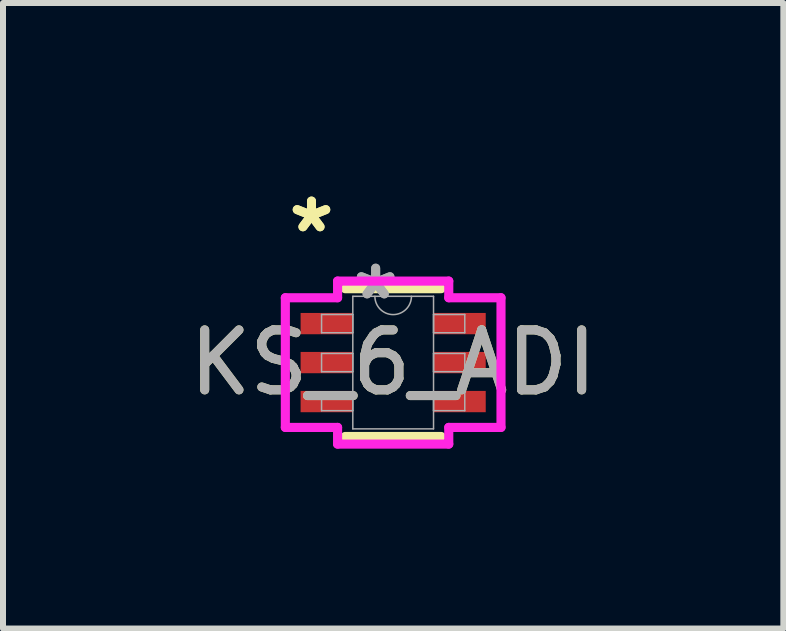
<source format=kicad_pcb>
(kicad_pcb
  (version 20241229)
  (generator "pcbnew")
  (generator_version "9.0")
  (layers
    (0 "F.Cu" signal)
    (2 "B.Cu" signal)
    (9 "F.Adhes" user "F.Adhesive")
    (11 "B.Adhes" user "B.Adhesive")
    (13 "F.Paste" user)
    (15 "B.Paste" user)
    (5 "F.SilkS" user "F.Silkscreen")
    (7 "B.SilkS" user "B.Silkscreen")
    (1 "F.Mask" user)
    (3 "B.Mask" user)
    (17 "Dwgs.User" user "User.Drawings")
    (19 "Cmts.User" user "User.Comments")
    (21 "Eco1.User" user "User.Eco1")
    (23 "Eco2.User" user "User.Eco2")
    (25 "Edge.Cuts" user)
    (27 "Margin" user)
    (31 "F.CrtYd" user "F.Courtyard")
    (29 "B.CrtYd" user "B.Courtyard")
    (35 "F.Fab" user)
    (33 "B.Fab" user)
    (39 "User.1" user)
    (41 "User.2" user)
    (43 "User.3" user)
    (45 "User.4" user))
  (footprint "KS_6_ADI"
    (layer "F.Cu")
    (at 3.506 2.996)
    (property "Reference" "KS_6_ADI" (at 0 0 0) (unlocked yes) (layer "F.SilkS") (effects (font (size 1 1) (thickness 0.15))))
    (attr smd)
    (fp_line (start -0.8 1.232) (end 0.8 1.232) (stroke (width 0.152) (type solid)) (layer "F.SilkS"))
    (fp_line (start 0.8 -1.232) (end -0.8 -1.232) (stroke (width 0.152) (type solid)) (layer "F.SilkS"))
    (fp_line (start -1.798 -1.081) (end -0.927 -1.081) (stroke (width 0.152) (type solid)) (layer "F.CrtYd"))
    (fp_line (start -1.798 1.081) (end -1.798 -1.081) (stroke (width 0.152) (type solid)) (layer "F.CrtYd"))
    (fp_line (start -1.798 1.081) (end -0.927 1.081) (stroke (width 0.152) (type solid)) (layer "F.CrtYd"))
    (fp_line (start -0.927 -1.359) (end 0.927 -1.359) (stroke (width 0.152) (type solid)) (layer "F.CrtYd"))
    (fp_line (start -0.927 -1.081) (end -0.927 -1.359) (stroke (width 0.152) (type solid)) (layer "F.CrtYd"))
    (fp_line (start -0.927 1.359) (end -0.927 1.081) (stroke (width 0.152) (type solid)) (layer "F.CrtYd"))
    (fp_line (start 0.927 -1.359) (end 0.927 -1.081) (stroke (width 0.152) (type solid)) (layer "F.CrtYd"))
    (fp_line (start 0.927 1.081) (end 0.927 1.359) (stroke (width 0.152) (type solid)) (layer "F.CrtYd"))
    (fp_line (start 0.927 1.359) (end -0.927 1.359) (stroke (width 0.152) (type solid)) (layer "F.CrtYd"))
    (fp_line (start 1.798 -1.081) (end 0.927 -1.081) (stroke (width 0.152) (type solid)) (layer "F.CrtYd"))
    (fp_line (start 1.798 -1.081) (end 1.798 1.081) (stroke (width 0.152) (type solid)) (layer "F.CrtYd"))
    (fp_line (start 1.798 1.081) (end 0.927 1.081) (stroke (width 0.152) (type solid)) (layer "F.CrtYd"))
    (fp_line (start -1.194 -0.802) (end -1.194 -0.498) (stroke (width 0.025) (type solid)) (layer "F.Fab"))
    (fp_line (start -1.194 -0.498) (end -0.673 -0.498) (stroke (width 0.025) (type solid)) (layer "F.Fab"))
    (fp_line (start -1.194 -0.152) (end -1.194 0.152) (stroke (width 0.025) (type solid)) (layer "F.Fab"))
    (fp_line (start -1.194 0.152) (end -0.673 0.152) (stroke (width 0.025) (type solid)) (layer "F.Fab"))
    (fp_line (start -1.194 0.498) (end -1.194 0.802) (stroke (width 0.025) (type solid)) (layer "F.Fab"))
    (fp_line (start -1.194 0.802) (end -0.673 0.802) (stroke (width 0.025) (type solid)) (layer "F.Fab"))
    (fp_line (start -0.673 -1.105) (end -0.673 1.105) (stroke (width 0.025) (type solid)) (layer "F.Fab"))
    (fp_line (start -0.673 -0.802) (end -1.194 -0.802) (stroke (width 0.025) (type solid)) (layer "F.Fab"))
    (fp_line (start -0.673 -0.498) (end -0.673 -0.802) (stroke (width 0.025) (type solid)) (layer "F.Fab"))
    (fp_line (start -0.673 -0.152) (end -1.194 -0.152) (stroke (width 0.025) (type solid)) (layer "F.Fab"))
    (fp_line (start -0.673 0.152) (end -0.673 -0.152) (stroke (width 0.025) (type solid)) (layer "F.Fab"))
    (fp_line (start -0.673 0.498) (end -1.194 0.498) (stroke (width 0.025) (type solid)) (layer "F.Fab"))
    (fp_line (start -0.673 0.802) (end -0.673 0.498) (stroke (width 0.025) (type solid)) (layer "F.Fab"))
    (fp_line (start -0.673 1.105) (end 0.673 1.105) (stroke (width 0.025) (type solid)) (layer "F.Fab"))
    (fp_line (start 0.673 -1.105) (end -0.673 -1.105) (stroke (width 0.025) (type solid)) (layer "F.Fab"))
    (fp_line (start 0.673 -0.802) (end 0.673 -0.498) (stroke (width 0.025) (type solid)) (layer "F.Fab"))
    (fp_line (start 0.673 -0.498) (end 1.194 -0.498) (stroke (width 0.025) (type solid)) (layer "F.Fab"))
    (fp_line (start 0.673 -0.152) (end 0.673 0.152) (stroke (width 0.025) (type solid)) (layer "F.Fab"))
    (fp_line (start 0.673 0.152) (end 1.194 0.152) (stroke (width 0.025) (type solid)) (layer "F.Fab"))
    (fp_line (start 0.673 0.498) (end 0.673 0.802) (stroke (width 0.025) (type solid)) (layer "F.Fab"))
    (fp_line (start 0.673 0.802) (end 1.194 0.802) (stroke (width 0.025) (type solid)) (layer "F.Fab"))
    (fp_line (start 0.673 1.105) (end 0.673 -1.105) (stroke (width 0.025) (type solid)) (layer "F.Fab"))
    (fp_line (start 1.194 -0.802) (end 0.673 -0.802) (stroke (width 0.025) (type solid)) (layer "F.Fab"))
    (fp_line (start 1.194 -0.498) (end 1.194 -0.802) (stroke (width 0.025) (type solid)) (layer "F.Fab"))
    (fp_line (start 1.194 -0.152) (end 0.673 -0.152) (stroke (width 0.025) (type solid)) (layer "F.Fab"))
    (fp_line (start 1.194 0.152) (end 1.194 -0.152) (stroke (width 0.025) (type solid)) (layer "F.Fab"))
    (fp_line (start 1.194 0.498) (end 0.673 0.498) (stroke (width 0.025) (type solid)) (layer "F.Fab"))
    (fp_line (start 1.194 0.802) (end 1.194 0.498) (stroke (width 0.025) (type solid)) (layer "F.Fab"))
    (fp_arc (start 0.3048 -1.1049) (mid 0 -0.8001) (end -0.3048 -1.1049) (stroke (width 0.0254) (type solid)) (layer "F.Fab"))
    (fp_text user "*" (at -1.362 -2.148 0) (unlocked yes) (layer "F.SilkS") (effects (font (size 1 1) (thickness 0.15))))
    (fp_text user "*" (at -1.362 -2.148 0) (layer "F.SilkS") (effects (font (size 1 1) (thickness 0.15))))
    (fp_text user "*" (at -0.292 -1.029 0) (layer "F.Fab") (effects (font (size 1 1) (thickness 0.15))))
    (fp_text user "*" (at -0.292 -1.029 0) (unlocked yes) (layer "F.Fab") (effects (font (size 1 1) (thickness 0.15))))
    (fp_text user "${REFERENCE}" (at 0 0 0) (unlocked yes) (layer "F.Fab") (effects (font (size 1 1) (thickness 0.15))))
    (pad "1" smd rect (at -1.108 -0.65) (size 0.871 0.355) (layers "F.Cu" "F.Mask" "F.Paste"))
    (pad "2" smd rect (at -1.108 0) (size 0.871 0.355) (layers "F.Cu" "F.Mask" "F.Paste"))
    (pad "3" smd rect (at -1.108 0.65) (size 0.871 0.355) (layers "F.Cu" "F.Mask" "F.Paste"))
    (pad "4" smd rect (at 1.108 0.65) (size 0.871 0.355) (layers "F.Cu" "F.Mask" "F.Paste"))
    (pad "5" smd rect (at 1.108 0) (size 0.871 0.355) (layers "F.Cu" "F.Mask" "F.Paste"))
    (pad "6" smd rect (at 1.108 -0.65) (size 0.871 0.355) (layers "F.Cu" "F.Mask" "F.Paste")))
  (gr_rect
    (start -3 -3)
    (end 10.012 7.431)
    (stroke (width 0.1) (type default))
    (fill no)
    (layer "Edge.Cuts")))
</source>
